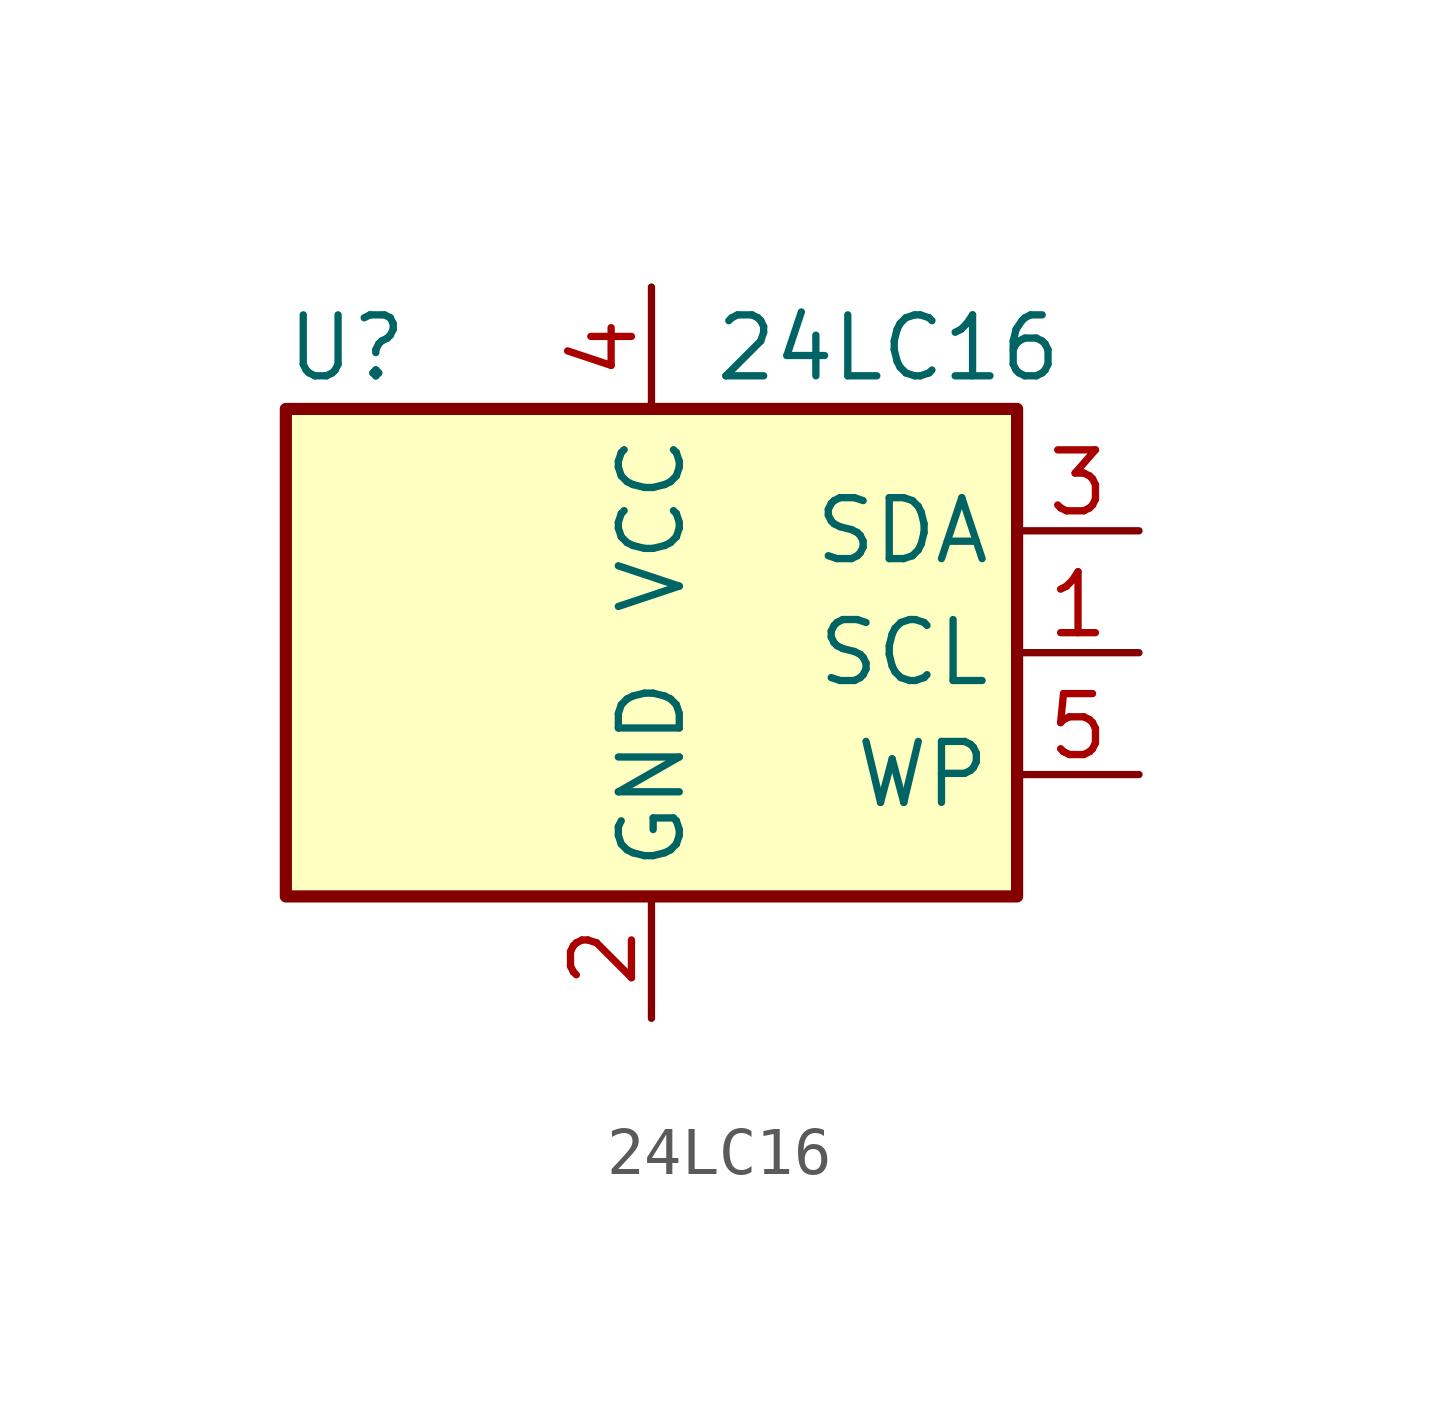
<source format=kicad_sym>
(kicad_symbol_lib
  (version 20241209)
  (generator "kicad_symbol_editor")
  (generator_version "9.0")
  (symbol "24LC16"
    (property "Reference" "U"
      (at -6.35 6.35 0)
      (effects (font (size 1.27 1.27))))
    (property "Value" "24LC16"
      (at 1.27 6.35 0)
      (effects (font (size 1.27 1.27)) (justify left)))
    (symbol "24LC16_1_1"
      (rectangle (start -7.62 5.08) (end 7.62 -5.08) (stroke (width 0.254) (type default)) (fill (type background)))
      (pin power_in line (at 0 7.62 270) (length 2.54) (name "VCC" (effects (font (size 1.27 1.27)))) (number "4" (effects (font (size 1.27 1.27)))))
      (pin power_in line (at 0 -7.62 90) (length 2.54) (name "GND" (effects (font (size 1.27 1.27)))) (number "2" (effects (font (size 1.27 1.27)))))
      (pin bidirectional line (at 10.16 2.54 180) (length 2.54) (name "SDA" (effects (font (size 1.27 1.27)))) (number "3" (effects (font (size 1.27 1.27)))))
      (pin input line (at 10.16 0 180) (length 2.54) (name "SCL" (effects (font (size 1.27 1.27)))) (number "1" (effects (font (size 1.27 1.27)))))
      (pin input line (at 10.16 -2.54 180) (length 2.54) (name "WP" (effects (font (size 1.27 1.27)))) (number "5" (effects (font (size 1.27 1.27))))))))
</source>
